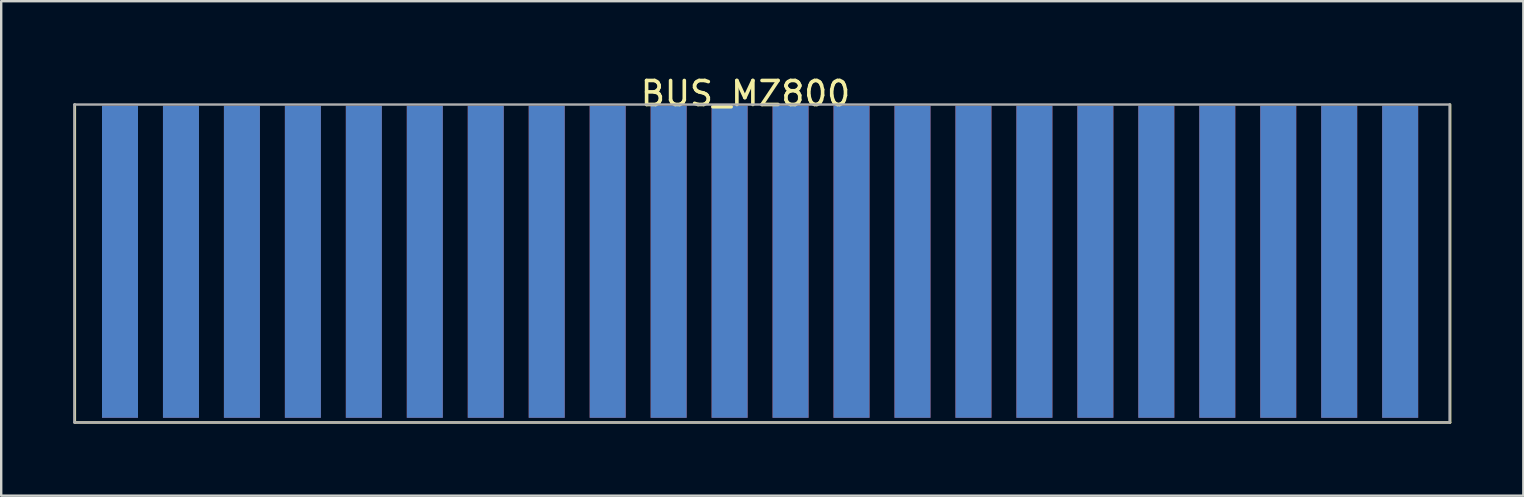
<source format=kicad_pcb>
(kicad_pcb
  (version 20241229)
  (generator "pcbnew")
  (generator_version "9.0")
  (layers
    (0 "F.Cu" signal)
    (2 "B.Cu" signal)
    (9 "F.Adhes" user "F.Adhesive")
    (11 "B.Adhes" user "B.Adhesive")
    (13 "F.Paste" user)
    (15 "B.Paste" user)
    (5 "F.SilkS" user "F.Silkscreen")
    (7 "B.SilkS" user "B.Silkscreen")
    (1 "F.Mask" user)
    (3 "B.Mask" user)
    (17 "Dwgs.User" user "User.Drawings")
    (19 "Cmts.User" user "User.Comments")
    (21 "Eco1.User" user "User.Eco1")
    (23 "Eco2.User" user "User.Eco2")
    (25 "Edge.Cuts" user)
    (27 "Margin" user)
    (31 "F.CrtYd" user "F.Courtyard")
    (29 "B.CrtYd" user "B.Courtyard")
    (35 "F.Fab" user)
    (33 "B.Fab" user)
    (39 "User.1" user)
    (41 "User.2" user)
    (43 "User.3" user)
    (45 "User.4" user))
  (footprint "BUS_MZ800"
    (layer "F.Cu")
    (at 28.62 7.655)
    (property "Reference" "BUS_MZ800" (at -0.61 -6.807 0) (layer "F.SilkS") (effects (font (size 1 1) (thickness 0.15))))
    (attr exclude_from_pos_files)
    (fp_line (start -28.55 -6.348) (end -28.55 6.898) (stroke (width 0.1) (type solid)) (layer "F.SilkS"))
    (fp_line (start -28.547 6.898) (end 28.753 6.898) (stroke (width 0.1) (type solid)) (layer "F.SilkS"))
    (fp_line (start 28.753 -6.348) (end 28.753 6.898) (stroke (width 0.1) (type solid)) (layer "F.SilkS"))
    (fp_line (start -28.57 -6.35) (end -28.57 6.898) (stroke (width 0.1) (type solid)) (layer "F.Fab"))
    (fp_line (start -28.57 -6.35) (end 28.73 -6.35) (stroke (width 0.1) (type solid)) (layer "F.Fab"))
    (fp_line (start -28.57 6.898) (end 28.73 6.898) (stroke (width 0.1) (type solid)) (layer "F.Fab"))
    (fp_line (start 28.73 -6.35) (end 28.73 6.898) (stroke (width 0.1) (type solid)) (layer "F.Fab"))
    (pad "1" connect rect (at 26.67 0.203) (size 1.5 13) (layers "F.Cu" "F.Mask"))
    (pad "2" connect rect (at 26.67 0.203) (size 1.5 13) (layers "B.Cu" "B.Mask"))
    (pad "3" connect rect (at 24.13 0.203) (size 1.5 13) (layers "F.Cu" "F.Mask"))
    (pad "4" connect rect (at 24.13 0.203) (size 1.5 13) (layers "B.Cu" "B.Mask"))
    (pad "5" connect rect (at 21.59 0.203) (size 1.5 13) (layers "F.Cu" "F.Mask"))
    (pad "6" connect rect (at 21.59 0.203) (size 1.5 13) (layers "B.Cu" "B.Mask"))
    (pad "7" connect rect (at 19.05 0.203) (size 1.5 13) (layers "F.Cu" "F.Mask"))
    (pad "8" connect rect (at 19.05 0.203) (size 1.5 13) (layers "B.Cu" "B.Mask"))
    (pad "9" connect rect (at 16.51 0.203) (size 1.5 13) (layers "F.Cu" "F.Mask"))
    (pad "10" connect rect (at 16.51 0.203) (size 1.5 13) (layers "B.Cu" "B.Mask"))
    (pad "11" connect rect (at 13.97 0.203) (size 1.5 13) (layers "F.Cu" "F.Mask"))
    (pad "12" connect rect (at 13.97 0.203) (size 1.5 13) (layers "B.Cu" "B.Mask"))
    (pad "13" connect rect (at 11.43 0.203) (size 1.5 13) (layers "F.Cu" "F.Mask"))
    (pad "14" connect rect (at 11.43 0.203) (size 1.5 13) (layers "B.Cu" "B.Mask"))
    (pad "15" connect rect (at 8.89 0.203) (size 1.5 13) (layers "F.Cu" "F.Mask"))
    (pad "16" connect rect (at 8.89 0.203) (size 1.5 13) (layers "B.Cu" "B.Mask"))
    (pad "17" connect rect (at 6.35 0.203) (size 1.5 13) (layers "F.Cu" "F.Mask"))
    (pad "18" connect rect (at 6.35 0.203) (size 1.5 13) (layers "B.Cu" "B.Mask"))
    (pad "19" connect rect (at 3.81 0.203) (size 1.5 13) (layers "F.Cu" "F.Mask"))
    (pad "20" connect rect (at 3.81 0.203) (size 1.5 13) (layers "B.Cu" "B.Mask"))
    (pad "21" connect rect (at 1.27 0.203) (size 1.5 13) (layers "F.Cu" "F.Mask"))
    (pad "22" connect rect (at 1.27 0.203) (size 1.5 13) (layers "B.Cu" "B.Mask"))
    (pad "23" connect rect (at -1.27 0.203) (size 1.5 13) (layers "F.Cu" "F.Mask"))
    (pad "24" connect rect (at -1.27 0.203) (size 1.5 13) (layers "B.Cu" "B.Mask"))
    (pad "25" connect rect (at -3.81 0.203) (size 1.5 13) (layers "F.Cu" "F.Mask"))
    (pad "26" connect rect (at -3.81 0.203) (size 1.5 13) (layers "B.Cu" "B.Mask"))
    (pad "27" connect rect (at -6.35 0.203) (size 1.5 13) (layers "F.Cu" "F.Mask"))
    (pad "28" connect rect (at -6.35 0.203) (size 1.5 13) (layers "B.Cu" "B.Mask"))
    (pad "29" connect rect (at -8.89 0.203) (size 1.5 13) (layers "F.Cu" "F.Mask"))
    (pad "30" connect rect (at -8.89 0.203) (size 1.5 13) (layers "B.Cu" "B.Mask"))
    (pad "31" connect rect (at -11.43 0.203) (size 1.5 13) (layers "F.Cu" "F.Mask"))
    (pad "32" connect rect (at -11.43 0.203) (size 1.5 13) (layers "B.Cu" "B.Mask"))
    (pad "33" connect rect (at -13.97 0.203) (size 1.5 13) (layers "F.Cu" "F.Mask"))
    (pad "34" connect rect (at -13.97 0.203) (size 1.5 13) (layers "B.Cu" "B.Mask"))
    (pad "35" connect rect (at -16.51 0.203) (size 1.5 13) (layers "F.Cu" "F.Mask"))
    (pad "36" connect rect (at -16.51 0.203) (size 1.5 13) (layers "B.Cu" "B.Mask"))
    (pad "37" connect rect (at -19.05 0.203) (size 1.5 13) (layers "F.Cu" "F.Mask"))
    (pad "38" connect rect (at -19.05 0.203) (size 1.5 13) (layers "B.Cu" "B.Mask"))
    (pad "39" connect rect (at -21.59 0.203) (size 1.5 13) (layers "F.Cu" "F.Mask"))
    (pad "40" connect rect (at -21.59 0.203) (size 1.5 13) (layers "B.Cu" "B.Mask"))
    (pad "41" connect rect (at -24.13 0.203) (size 1.5 13) (layers "F.Cu" "F.Mask"))
    (pad "42" connect rect (at -24.13 0.203) (size 1.5 13) (layers "B.Cu" "B.Mask"))
    (pad "43" connect rect (at -26.67 0.203) (size 1.5 13) (layers "F.Cu" "F.Mask"))
    (pad "44" connect rect (at -26.67 0.203) (size 1.5 13) (layers "B.Cu" "B.Mask")))
  (gr_rect
    (start -3 -3)
    (end 60.423 17.604)
    (stroke (width 0.1) (type default))
    (fill no)
    (layer "Edge.Cuts")))
</source>
